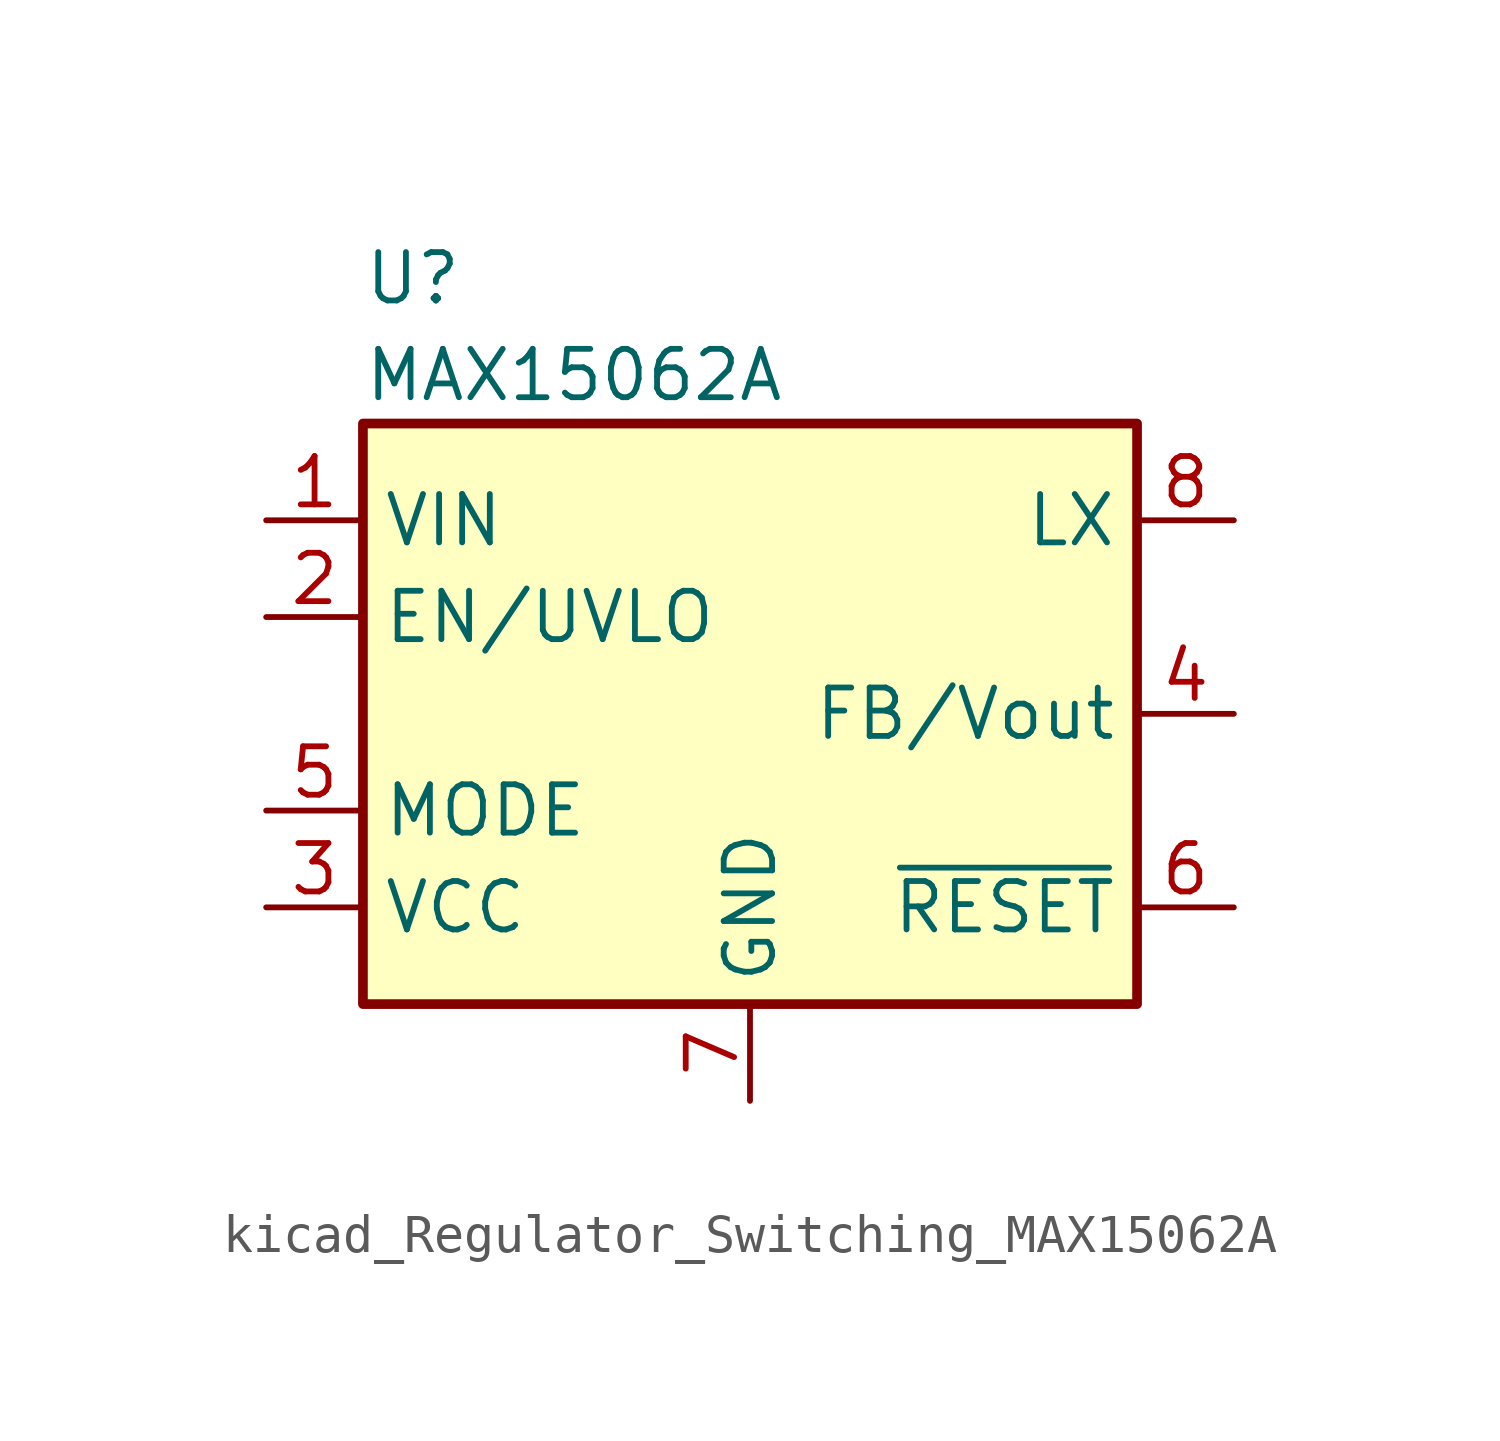
<source format=kicad_sym>
(kicad_symbol_lib
  (version 20220914)
  (generator kicad_symbol_editor)
  (symbol "kicad_Regulator_Switching_MAX15062A"
    (property "Reference" "U"
      (at -10.16 11.43 0)
      (effects (font (size 1.27 1.27)) (justify left)))
    (property "Value" "MAX15062A"
      (at -10.16 8.89 0)
      (effects (font (size 1.27 1.27)) (justify left)))
    (symbol "kicad_Regulator_Switching_MAX15062A_0_1"
      (rectangle (start -10.16 7.62) (end 10.16 -7.62) (stroke (width 0.254) (type default)) (fill (type background))))
    (symbol "kicad_Regulator_Switching_MAX15062A_1_1"
      (pin power_in line (at -12.7 5.08 0) (length 2.54) (name "VIN" (effects (font (size 1.27 1.27)))) (number "1" (effects (font (size 1.27 1.27)))))
      (pin input line (at -12.7 2.54 0) (length 2.54) (name "EN/UVLO" (effects (font (size 1.27 1.27)))) (number "2" (effects (font (size 1.27 1.27)))))
      (pin power_out line (at -12.7 -5.08 0) (length 2.54) (name "VCC" (effects (font (size 1.27 1.27)))) (number "3" (effects (font (size 1.27 1.27)))))
      (pin input line (at 12.7 0 180) (length 2.54) (name "FB/Vout" (effects (font (size 1.27 1.27)))) (number "4" (effects (font (size 1.27 1.27)))))
      (pin input line (at -12.7 -2.54 0) (length 2.54) (name "MODE" (effects (font (size 1.27 1.27)))) (number "5" (effects (font (size 1.27 1.27)))))
      (pin open_collector line (at 12.7 -5.08 180) (length 2.54) (name "~{RESET}" (effects (font (size 1.27 1.27)))) (number "6" (effects (font (size 1.27 1.27)))))
      (pin power_in line (at 0 -10.16 90) (length 2.54) (name "GND" (effects (font (size 1.27 1.27)))) (number "7" (effects (font (size 1.27 1.27)))))
      (pin power_out line (at 12.7 5.08 180) (length 2.54) (name "LX" (effects (font (size 1.27 1.27)))) (number "8" (effects (font (size 1.27 1.27))))))))
</source>
